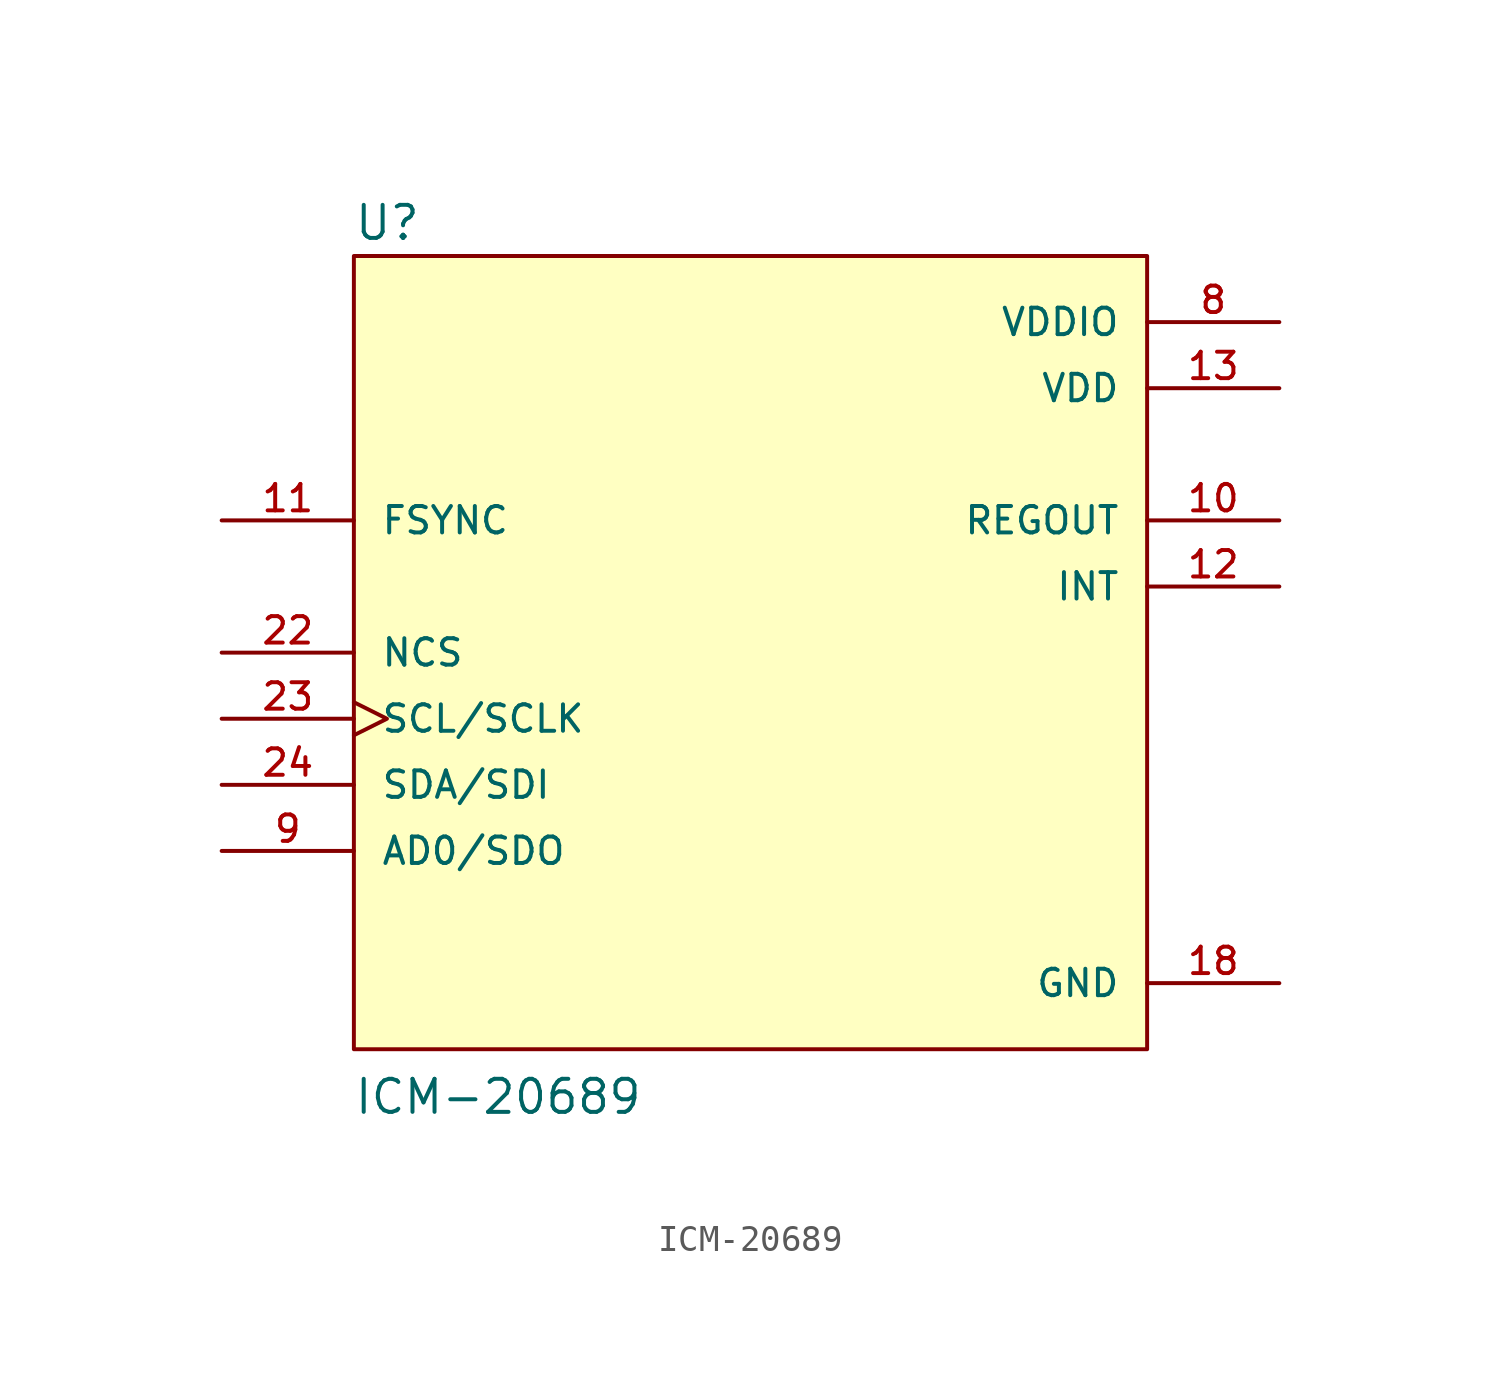
<source format=kicad_sym>
(kicad_symbol_lib
  (version 20211014)
  (generator kicad_symbol_editor)
  (symbol "ICM-20689"
    (pin_names
      (offset 1.016))
    (property "Reference" "U"
      (at -15.264 15.772 0)
      (effects (font (size 1.27 1.27)) (justify bottom left)))
    (property "Value" "ICM-20689"
      (at -15.265 -17.809 0)
      (effects (font (size 1.27 1.27)) (justify bottom left)))
    (symbol "ICM-20689_0_0"
      (rectangle (start -15.24 -15.24) (end 15.24 15.24) (stroke (width 0.152)) (fill (type background)))
      (pin input clock (at -20.32 -2.54 0) (length 5.08) (name "SCL/SCLK" (effects (font (size 1.016 1.016)))) (number "23" (effects (font (size 1.016 1.016)))))
      (pin bidirectional line (at -20.32 -5.08 0) (length 5.08) (name "SDA/SDI" (effects (font (size 1.016 1.016)))) (number "24" (effects (font (size 1.016 1.016)))))
      (pin input line (at -20.32 0.0 0) (length 5.08) (name "NCS" (effects (font (size 1.016 1.016)))) (number "22" (effects (font (size 1.016 1.016)))))
      (pin input line (at -20.32 5.08 0) (length 5.08) (name "FSYNC" (effects (font (size 1.016 1.016)))) (number "11" (effects (font (size 1.016 1.016)))))
      (pin bidirectional line (at -20.32 -7.62 0) (length 5.08) (name "AD0/SDO" (effects (font (size 1.016 1.016)))) (number "9" (effects (font (size 1.016 1.016)))))
      (pin power_in line (at 20.32 12.7 180.0) (length 5.08) (name "VDDIO" (effects (font (size 1.016 1.016)))) (number "8" (effects (font (size 1.016 1.016)))))
      (pin power_in line (at 20.32 10.16 180.0) (length 5.08) (name "VDD" (effects (font (size 1.016 1.016)))) (number "13" (effects (font (size 1.016 1.016)))))
      (pin power_in line (at 20.32 -12.7 180.0) (length 5.08) (name "GND" (effects (font (size 1.016 1.016)))) (number "18" (effects (font (size 1.016 1.016)))))
      (pin output line (at 20.32 5.08 180.0) (length 5.08) (name "REGOUT" (effects (font (size 1.016 1.016)))) (number "10" (effects (font (size 1.016 1.016)))))
      (pin output line (at 20.32 2.54 180.0) (length 5.08) (name "INT" (effects (font (size 1.016 1.016)))) (number "12" (effects (font (size 1.016 1.016))))))))
</source>
